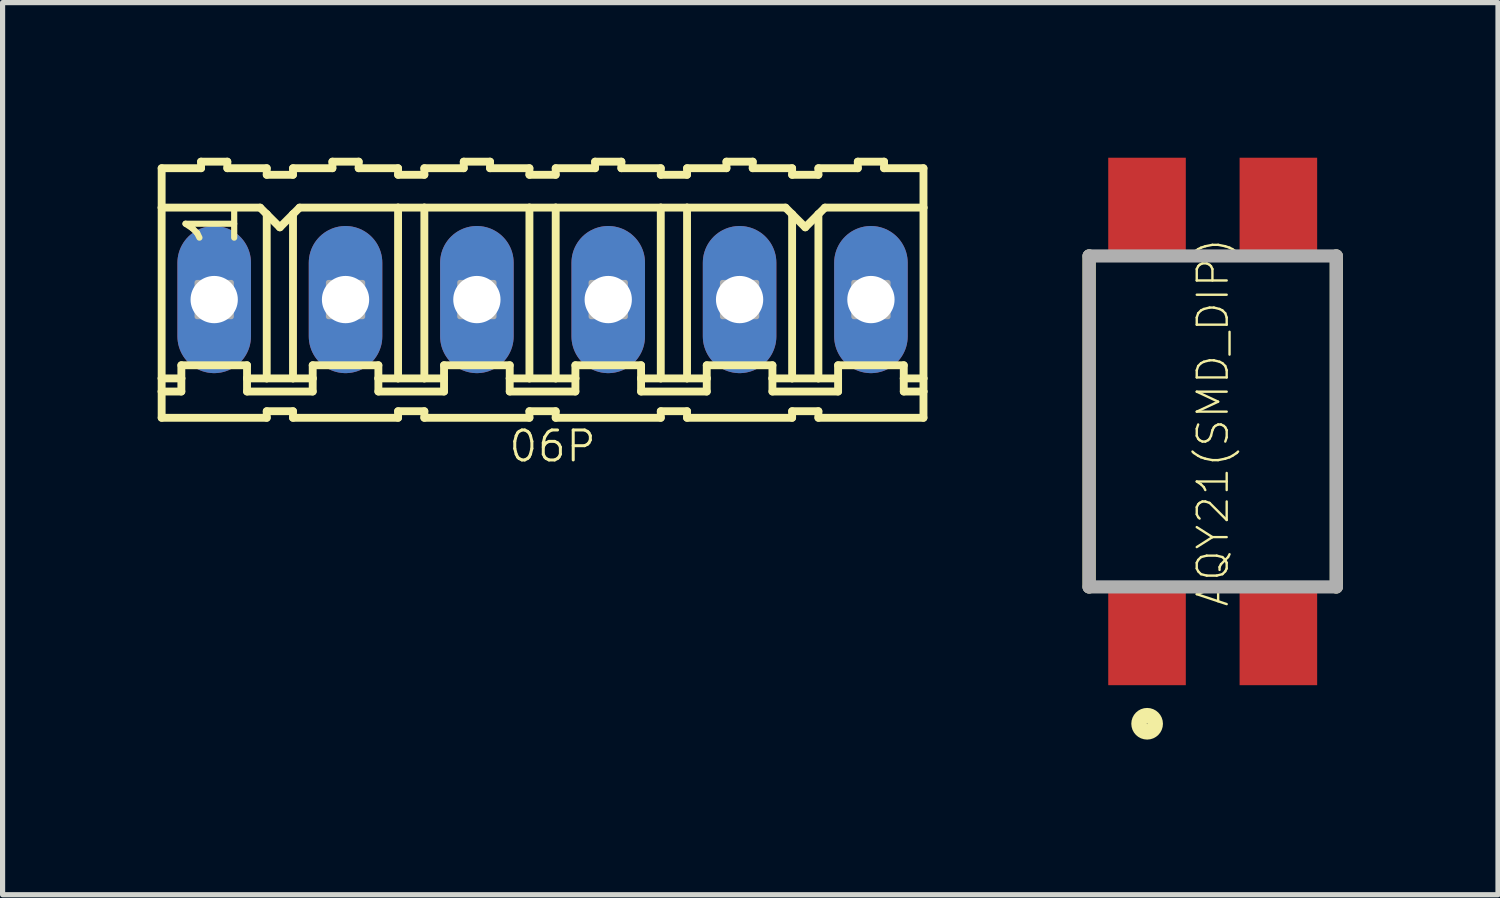
<source format=kicad_pcb>
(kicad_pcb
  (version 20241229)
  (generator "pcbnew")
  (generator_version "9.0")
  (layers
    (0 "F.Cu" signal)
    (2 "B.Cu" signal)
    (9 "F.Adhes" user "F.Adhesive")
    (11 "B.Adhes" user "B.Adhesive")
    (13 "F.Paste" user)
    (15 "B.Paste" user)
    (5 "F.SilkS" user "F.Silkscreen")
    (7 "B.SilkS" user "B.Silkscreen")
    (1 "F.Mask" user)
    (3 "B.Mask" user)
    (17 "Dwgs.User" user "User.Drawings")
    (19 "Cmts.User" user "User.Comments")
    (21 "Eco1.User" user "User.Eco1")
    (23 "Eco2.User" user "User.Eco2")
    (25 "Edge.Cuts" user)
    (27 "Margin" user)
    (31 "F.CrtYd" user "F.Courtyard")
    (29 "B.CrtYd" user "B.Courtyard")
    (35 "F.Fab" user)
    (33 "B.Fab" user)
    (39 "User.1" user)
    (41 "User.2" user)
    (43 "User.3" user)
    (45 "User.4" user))
  (footprint "06P"
    (layer "F.Cu")
    (at 7.442 2.743)
    (property "Reference" "06P" (at -0.686 3.175 180) (layer "F.SilkS") (effects (font (size 0.579 0.579) (thickness 0.058)) (justify left bottom)))
    (attr through_hole)
    (fp_line (start -7.366 -2.54) (end -7.366 -1.778) (stroke (width 0.152) (type solid)) (layer "F.SilkS"))
    (fp_line (start -7.366 -2.54) (end -6.604 -2.54) (stroke (width 0.152) (type solid)) (layer "F.SilkS"))
    (fp_line (start -7.366 -1.778) (end -7.366 1.524) (stroke (width 0.152) (type solid)) (layer "F.SilkS"))
    (fp_line (start -7.366 1.524) (end -7.366 1.778) (stroke (width 0.152) (type solid)) (layer "F.SilkS"))
    (fp_line (start -7.366 1.778) (end -7.366 2.286) (stroke (width 0.152) (type solid)) (layer "F.SilkS"))
    (fp_line (start -7.366 1.778) (end -6.985 1.778) (stroke (width 0.152) (type solid)) (layer "F.SilkS"))
    (fp_line (start -6.985 1.27) (end -5.715 1.27) (stroke (width 0.152) (type solid)) (layer "F.SilkS"))
    (fp_line (start -6.985 1.524) (end -7.366 1.524) (stroke (width 0.152) (type solid)) (layer "F.SilkS"))
    (fp_line (start -6.985 1.524) (end -6.985 1.27) (stroke (width 0.152) (type solid)) (layer "F.SilkS"))
    (fp_line (start -6.985 1.778) (end -6.985 1.524) (stroke (width 0.152) (type solid)) (layer "F.SilkS"))
    (fp_line (start -6.604 -2.54) (end -6.604 -2.667) (stroke (width 0.152) (type solid)) (layer "F.SilkS"))
    (fp_line (start -6.096 -2.667) (end -6.604 -2.667) (stroke (width 0.152) (type solid)) (layer "F.SilkS"))
    (fp_line (start -6.096 -2.54) (end -6.096 -2.667) (stroke (width 0.152) (type solid)) (layer "F.SilkS"))
    (fp_line (start -5.715 1.524) (end -5.715 1.27) (stroke (width 0.152) (type solid)) (layer "F.SilkS"))
    (fp_line (start -5.715 1.524) (end -5.334 1.524) (stroke (width 0.152) (type solid)) (layer "F.SilkS"))
    (fp_line (start -5.715 1.778) (end -5.715 1.524) (stroke (width 0.152) (type solid)) (layer "F.SilkS"))
    (fp_line (start -5.461 -1.778) (end -7.366 -1.778) (stroke (width 0.152) (type solid)) (layer "F.SilkS"))
    (fp_line (start -5.461 -1.778) (end -5.334 -1.651) (stroke (width 0.152) (type solid)) (layer "F.SilkS"))
    (fp_line (start -5.334 -2.54) (end -6.096 -2.54) (stroke (width 0.152) (type solid)) (layer "F.SilkS"))
    (fp_line (start -5.334 -2.413) (end -5.334 -2.54) (stroke (width 0.152) (type solid)) (layer "F.SilkS"))
    (fp_line (start -5.334 -2.413) (end -4.826 -2.413) (stroke (width 0.152) (type solid)) (layer "F.SilkS"))
    (fp_line (start -5.334 -1.651) (end -5.334 1.524) (stroke (width 0.152) (type solid)) (layer "F.SilkS"))
    (fp_line (start -5.334 -1.651) (end -5.08 -1.397) (stroke (width 0.152) (type solid)) (layer "F.SilkS"))
    (fp_line (start -5.334 1.524) (end -4.826 1.524) (stroke (width 0.152) (type solid)) (layer "F.SilkS"))
    (fp_line (start -5.334 2.159) (end -5.334 2.286) (stroke (width 0.152) (type solid)) (layer "F.SilkS"))
    (fp_line (start -5.334 2.286) (end -7.366 2.286) (stroke (width 0.152) (type solid)) (layer "F.SilkS"))
    (fp_line (start -5.08 -1.397) (end -4.826 -1.651) (stroke (width 0.152) (type solid)) (layer "F.SilkS"))
    (fp_line (start -4.826 -2.54) (end -4.064 -2.54) (stroke (width 0.152) (type solid)) (layer "F.SilkS"))
    (fp_line (start -4.826 -2.413) (end -4.826 -2.54) (stroke (width 0.152) (type solid)) (layer "F.SilkS"))
    (fp_line (start -4.826 -1.651) (end -4.826 1.524) (stroke (width 0.152) (type solid)) (layer "F.SilkS"))
    (fp_line (start -4.826 -1.651) (end -4.699 -1.778) (stroke (width 0.152) (type solid)) (layer "F.SilkS"))
    (fp_line (start -4.826 1.524) (end -4.445 1.524) (stroke (width 0.152) (type solid)) (layer "F.SilkS"))
    (fp_line (start -4.826 2.159) (end -5.334 2.159) (stroke (width 0.152) (type solid)) (layer "F.SilkS"))
    (fp_line (start -4.826 2.159) (end -4.826 2.286) (stroke (width 0.152) (type solid)) (layer "F.SilkS"))
    (fp_line (start -4.826 2.286) (end -2.794 2.286) (stroke (width 0.152) (type solid)) (layer "F.SilkS"))
    (fp_line (start -4.699 -1.778) (end -2.794 -1.778) (stroke (width 0.152) (type solid)) (layer "F.SilkS"))
    (fp_line (start -4.445 1.27) (end -3.175 1.27) (stroke (width 0.152) (type solid)) (layer "F.SilkS"))
    (fp_line (start -4.445 1.524) (end -4.445 1.27) (stroke (width 0.152) (type solid)) (layer "F.SilkS"))
    (fp_line (start -4.445 1.778) (end -5.715 1.778) (stroke (width 0.152) (type solid)) (layer "F.SilkS"))
    (fp_line (start -4.445 1.778) (end -4.445 1.524) (stroke (width 0.152) (type solid)) (layer "F.SilkS"))
    (fp_line (start -4.064 -2.54) (end -4.064 -2.667) (stroke (width 0.152) (type solid)) (layer "F.SilkS"))
    (fp_line (start -3.556 -2.667) (end -4.064 -2.667) (stroke (width 0.152) (type solid)) (layer "F.SilkS"))
    (fp_line (start -3.556 -2.54) (end -3.556 -2.667) (stroke (width 0.152) (type solid)) (layer "F.SilkS"))
    (fp_line (start -3.556 -2.54) (end -2.794 -2.54) (stroke (width 0.152) (type solid)) (layer "F.SilkS"))
    (fp_line (start -3.175 1.524) (end -3.175 1.27) (stroke (width 0.152) (type solid)) (layer "F.SilkS"))
    (fp_line (start -3.175 1.524) (end -2.794 1.524) (stroke (width 0.152) (type solid)) (layer "F.SilkS"))
    (fp_line (start -3.175 1.778) (end -3.175 1.524) (stroke (width 0.152) (type solid)) (layer "F.SilkS"))
    (fp_line (start -3.175 1.778) (end -1.905 1.778) (stroke (width 0.152) (type solid)) (layer "F.SilkS"))
    (fp_line (start -2.794 -2.413) (end -2.794 -2.54) (stroke (width 0.152) (type solid)) (layer "F.SilkS"))
    (fp_line (start -2.794 -1.778) (end -2.794 1.524) (stroke (width 0.152) (type solid)) (layer "F.SilkS"))
    (fp_line (start -2.794 -1.778) (end -2.286 -1.778) (stroke (width 0.152) (type solid)) (layer "F.SilkS"))
    (fp_line (start -2.794 1.524) (end -2.286 1.524) (stroke (width 0.152) (type solid)) (layer "F.SilkS"))
    (fp_line (start -2.794 2.159) (end -2.794 2.286) (stroke (width 0.152) (type solid)) (layer "F.SilkS"))
    (fp_line (start -2.286 -2.54) (end -1.524 -2.54) (stroke (width 0.152) (type solid)) (layer "F.SilkS"))
    (fp_line (start -2.286 -2.413) (end -2.794 -2.413) (stroke (width 0.152) (type solid)) (layer "F.SilkS"))
    (fp_line (start -2.286 -2.413) (end -2.286 -2.54) (stroke (width 0.152) (type solid)) (layer "F.SilkS"))
    (fp_line (start -2.286 -1.778) (end -2.286 1.524) (stroke (width 0.152) (type solid)) (layer "F.SilkS"))
    (fp_line (start -2.286 -1.778) (end -0.254 -1.778) (stroke (width 0.152) (type solid)) (layer "F.SilkS"))
    (fp_line (start -2.286 1.524) (end -1.905 1.524) (stroke (width 0.152) (type solid)) (layer "F.SilkS"))
    (fp_line (start -2.286 2.159) (end -2.794 2.159) (stroke (width 0.152) (type solid)) (layer "F.SilkS"))
    (fp_line (start -2.286 2.159) (end -2.286 2.286) (stroke (width 0.152) (type solid)) (layer "F.SilkS"))
    (fp_line (start -1.905 1.27) (end -0.635 1.27) (stroke (width 0.152) (type solid)) (layer "F.SilkS"))
    (fp_line (start -1.905 1.524) (end -1.905 1.27) (stroke (width 0.152) (type solid)) (layer "F.SilkS"))
    (fp_line (start -1.905 1.778) (end -1.905 1.524) (stroke (width 0.152) (type solid)) (layer "F.SilkS"))
    (fp_line (start -1.524 -2.54) (end -1.524 -2.667) (stroke (width 0.152) (type solid)) (layer "F.SilkS"))
    (fp_line (start -1.016 -2.667) (end -1.524 -2.667) (stroke (width 0.152) (type solid)) (layer "F.SilkS"))
    (fp_line (start -1.016 -2.54) (end -1.016 -2.667) (stroke (width 0.152) (type solid)) (layer "F.SilkS"))
    (fp_line (start -1.016 -2.54) (end -0.254 -2.54) (stroke (width 0.152) (type solid)) (layer "F.SilkS"))
    (fp_line (start -0.635 1.524) (end -0.635 1.27) (stroke (width 0.152) (type solid)) (layer "F.SilkS"))
    (fp_line (start -0.635 1.524) (end -0.254 1.524) (stroke (width 0.152) (type solid)) (layer "F.SilkS"))
    (fp_line (start -0.635 1.778) (end -0.635 1.524) (stroke (width 0.152) (type solid)) (layer "F.SilkS"))
    (fp_line (start -0.254 -2.54) (end -0.254 -2.413) (stroke (width 0.152) (type solid)) (layer "F.SilkS"))
    (fp_line (start -0.254 -1.778) (end -0.254 1.524) (stroke (width 0.152) (type solid)) (layer "F.SilkS"))
    (fp_line (start -0.254 2.159) (end -0.254 2.286) (stroke (width 0.152) (type solid)) (layer "F.SilkS"))
    (fp_line (start -0.254 2.286) (end -2.286 2.286) (stroke (width 0.152) (type solid)) (layer "F.SilkS"))
    (fp_line (start 0.254 -2.54) (end 0.254 -2.413) (stroke (width 0.152) (type solid)) (layer "F.SilkS"))
    (fp_line (start 0.254 -2.54) (end 1.016 -2.54) (stroke (width 0.152) (type solid)) (layer "F.SilkS"))
    (fp_line (start 0.254 -2.413) (end -0.254 -2.413) (stroke (width 0.152) (type solid)) (layer "F.SilkS"))
    (fp_line (start 0.254 -1.778) (end -0.254 -1.778) (stroke (width 0.152) (type solid)) (layer "F.SilkS"))
    (fp_line (start 0.254 -1.778) (end 0.254 1.524) (stroke (width 0.152) (type solid)) (layer "F.SilkS"))
    (fp_line (start 0.254 -1.778) (end 2.286 -1.778) (stroke (width 0.152) (type solid)) (layer "F.SilkS"))
    (fp_line (start 0.254 1.524) (end -0.254 1.524) (stroke (width 0.152) (type solid)) (layer "F.SilkS"))
    (fp_line (start 0.254 2.159) (end -0.254 2.159) (stroke (width 0.152) (type solid)) (layer "F.SilkS"))
    (fp_line (start 0.254 2.159) (end 0.254 2.286) (stroke (width 0.152) (type solid)) (layer "F.SilkS"))
    (fp_line (start 0.635 1.27) (end 1.905 1.27) (stroke (width 0.152) (type solid)) (layer "F.SilkS"))
    (fp_line (start 0.635 1.524) (end 0.254 1.524) (stroke (width 0.152) (type solid)) (layer "F.SilkS"))
    (fp_line (start 0.635 1.524) (end 0.635 1.27) (stroke (width 0.152) (type solid)) (layer "F.SilkS"))
    (fp_line (start 0.635 1.778) (end -0.635 1.778) (stroke (width 0.152) (type solid)) (layer "F.SilkS"))
    (fp_line (start 0.635 1.778) (end 0.635 1.524) (stroke (width 0.152) (type solid)) (layer "F.SilkS"))
    (fp_line (start 1.016 -2.54) (end 1.016 -2.667) (stroke (width 0.152) (type solid)) (layer "F.SilkS"))
    (fp_line (start 1.524 -2.667) (end 1.016 -2.667) (stroke (width 0.152) (type solid)) (layer "F.SilkS"))
    (fp_line (start 1.524 -2.54) (end 1.524 -2.667) (stroke (width 0.152) (type solid)) (layer "F.SilkS"))
    (fp_line (start 1.905 1.524) (end 1.905 1.27) (stroke (width 0.152) (type solid)) (layer "F.SilkS"))
    (fp_line (start 1.905 1.524) (end 2.286 1.524) (stroke (width 0.152) (type solid)) (layer "F.SilkS"))
    (fp_line (start 1.905 1.778) (end 1.905 1.524) (stroke (width 0.152) (type solid)) (layer "F.SilkS"))
    (fp_line (start 2.286 -2.54) (end 1.524 -2.54) (stroke (width 0.152) (type solid)) (layer "F.SilkS"))
    (fp_line (start 2.286 -2.413) (end 2.286 -2.54) (stroke (width 0.152) (type solid)) (layer "F.SilkS"))
    (fp_line (start 2.286 -2.413) (end 2.794 -2.413) (stroke (width 0.152) (type solid)) (layer "F.SilkS"))
    (fp_line (start 2.286 -1.778) (end 2.286 1.524) (stroke (width 0.152) (type solid)) (layer "F.SilkS"))
    (fp_line (start 2.286 -1.778) (end 2.794 -1.778) (stroke (width 0.152) (type solid)) (layer "F.SilkS"))
    (fp_line (start 2.286 1.524) (end 2.794 1.524) (stroke (width 0.152) (type solid)) (layer "F.SilkS"))
    (fp_line (start 2.286 2.159) (end 2.286 2.286) (stroke (width 0.152) (type solid)) (layer "F.SilkS"))
    (fp_line (start 2.286 2.286) (end 0.254 2.286) (stroke (width 0.152) (type solid)) (layer "F.SilkS"))
    (fp_line (start 2.794 -2.54) (end 3.556 -2.54) (stroke (width 0.152) (type solid)) (layer "F.SilkS"))
    (fp_line (start 2.794 -2.413) (end 2.794 -2.54) (stroke (width 0.152) (type solid)) (layer "F.SilkS"))
    (fp_line (start 2.794 -1.778) (end 2.794 1.524) (stroke (width 0.152) (type solid)) (layer "F.SilkS"))
    (fp_line (start 2.794 -1.778) (end 4.699 -1.778) (stroke (width 0.152) (type solid)) (layer "F.SilkS"))
    (fp_line (start 2.794 1.524) (end 3.175 1.524) (stroke (width 0.152) (type solid)) (layer "F.SilkS"))
    (fp_line (start 2.794 2.159) (end 2.286 2.159) (stroke (width 0.152) (type solid)) (layer "F.SilkS"))
    (fp_line (start 2.794 2.159) (end 2.794 2.286) (stroke (width 0.152) (type solid)) (layer "F.SilkS"))
    (fp_line (start 2.794 2.286) (end 4.826 2.286) (stroke (width 0.152) (type solid)) (layer "F.SilkS"))
    (fp_line (start 3.175 1.27) (end 4.445 1.27) (stroke (width 0.152) (type solid)) (layer "F.SilkS"))
    (fp_line (start 3.175 1.524) (end 3.175 1.27) (stroke (width 0.152) (type solid)) (layer "F.SilkS"))
    (fp_line (start 3.175 1.778) (end 1.905 1.778) (stroke (width 0.152) (type solid)) (layer "F.SilkS"))
    (fp_line (start 3.175 1.778) (end 3.175 1.524) (stroke (width 0.152) (type solid)) (layer "F.SilkS"))
    (fp_line (start 3.556 -2.54) (end 3.556 -2.667) (stroke (width 0.152) (type solid)) (layer "F.SilkS"))
    (fp_line (start 4.064 -2.667) (end 3.556 -2.667) (stroke (width 0.152) (type solid)) (layer "F.SilkS"))
    (fp_line (start 4.064 -2.54) (end 4.064 -2.667) (stroke (width 0.152) (type solid)) (layer "F.SilkS"))
    (fp_line (start 4.064 -2.54) (end 4.826 -2.54) (stroke (width 0.152) (type solid)) (layer "F.SilkS"))
    (fp_line (start 4.445 1.524) (end 4.445 1.27) (stroke (width 0.152) (type solid)) (layer "F.SilkS"))
    (fp_line (start 4.445 1.524) (end 4.826 1.524) (stroke (width 0.152) (type solid)) (layer "F.SilkS"))
    (fp_line (start 4.445 1.778) (end 4.445 1.524) (stroke (width 0.152) (type solid)) (layer "F.SilkS"))
    (fp_line (start 4.445 1.778) (end 5.715 1.778) (stroke (width 0.152) (type solid)) (layer "F.SilkS"))
    (fp_line (start 4.699 -1.778) (end 4.826 -1.651) (stroke (width 0.152) (type solid)) (layer "F.SilkS"))
    (fp_line (start 4.826 -2.413) (end 4.826 -2.54) (stroke (width 0.152) (type solid)) (layer "F.SilkS"))
    (fp_line (start 4.826 -1.651) (end 4.826 1.524) (stroke (width 0.152) (type solid)) (layer "F.SilkS"))
    (fp_line (start 4.826 -1.651) (end 5.08 -1.397) (stroke (width 0.152) (type solid)) (layer "F.SilkS"))
    (fp_line (start 4.826 1.524) (end 5.334 1.524) (stroke (width 0.152) (type solid)) (layer "F.SilkS"))
    (fp_line (start 4.826 2.159) (end 4.826 2.286) (stroke (width 0.152) (type solid)) (layer "F.SilkS"))
    (fp_line (start 5.08 -1.397) (end 5.334 -1.651) (stroke (width 0.152) (type solid)) (layer "F.SilkS"))
    (fp_line (start 5.334 -2.54) (end 6.096 -2.54) (stroke (width 0.152) (type solid)) (layer "F.SilkS"))
    (fp_line (start 5.334 -2.413) (end 4.826 -2.413) (stroke (width 0.152) (type solid)) (layer "F.SilkS"))
    (fp_line (start 5.334 -2.413) (end 5.334 -2.54) (stroke (width 0.152) (type solid)) (layer "F.SilkS"))
    (fp_line (start 5.334 -1.651) (end 5.334 1.524) (stroke (width 0.152) (type solid)) (layer "F.SilkS"))
    (fp_line (start 5.334 -1.651) (end 5.461 -1.778) (stroke (width 0.152) (type solid)) (layer "F.SilkS"))
    (fp_line (start 5.334 1.524) (end 5.715 1.524) (stroke (width 0.152) (type solid)) (layer "F.SilkS"))
    (fp_line (start 5.334 2.159) (end 4.826 2.159) (stroke (width 0.152) (type solid)) (layer "F.SilkS"))
    (fp_line (start 5.334 2.159) (end 5.334 2.286) (stroke (width 0.152) (type solid)) (layer "F.SilkS"))
    (fp_line (start 5.461 -1.778) (end 7.366 -1.778) (stroke (width 0.152) (type solid)) (layer "F.SilkS"))
    (fp_line (start 5.715 1.27) (end 6.985 1.27) (stroke (width 0.152) (type solid)) (layer "F.SilkS"))
    (fp_line (start 5.715 1.524) (end 5.715 1.27) (stroke (width 0.152) (type solid)) (layer "F.SilkS"))
    (fp_line (start 5.715 1.778) (end 5.715 1.524) (stroke (width 0.152) (type solid)) (layer "F.SilkS"))
    (fp_line (start 6.096 -2.54) (end 6.096 -2.667) (stroke (width 0.152) (type solid)) (layer "F.SilkS"))
    (fp_line (start 6.604 -2.667) (end 6.096 -2.667) (stroke (width 0.152) (type solid)) (layer "F.SilkS"))
    (fp_line (start 6.604 -2.54) (end 6.604 -2.667) (stroke (width 0.152) (type solid)) (layer "F.SilkS"))
    (fp_line (start 6.604 -2.54) (end 7.366 -2.54) (stroke (width 0.152) (type solid)) (layer "F.SilkS"))
    (fp_line (start 6.985 1.524) (end 6.985 1.27) (stroke (width 0.152) (type solid)) (layer "F.SilkS"))
    (fp_line (start 6.985 1.524) (end 7.366 1.524) (stroke (width 0.152) (type solid)) (layer "F.SilkS"))
    (fp_line (start 6.985 1.778) (end 6.985 1.524) (stroke (width 0.152) (type solid)) (layer "F.SilkS"))
    (fp_line (start 7.366 -1.778) (end 7.366 -2.54) (stroke (width 0.152) (type solid)) (layer "F.SilkS"))
    (fp_line (start 7.366 -1.778) (end 7.366 1.524) (stroke (width 0.152) (type solid)) (layer "F.SilkS"))
    (fp_line (start 7.366 1.524) (end 7.366 1.778) (stroke (width 0.152) (type solid)) (layer "F.SilkS"))
    (fp_line (start 7.366 1.778) (end 6.985 1.778) (stroke (width 0.152) (type solid)) (layer "F.SilkS"))
    (fp_line (start 7.366 1.778) (end 7.366 2.286) (stroke (width 0.152) (type solid)) (layer "F.SilkS"))
    (fp_line (start 7.366 2.286) (end 5.334 2.286) (stroke (width 0.152) (type solid)) (layer "F.SilkS"))
    (fp_poly (pts (xy -6.68 0.33) (xy -6.02 0.33) (xy -6.02 -0.33) (xy -6.68 -0.33)) (stroke (width 0.1) (type solid)) (fill no) (layer "F.Fab"))
    (fp_poly (pts (xy -4.14 0.33) (xy -3.48 0.33) (xy -3.48 -0.33) (xy -4.14 -0.33)) (stroke (width 0.1) (type solid)) (fill no) (layer "F.Fab"))
    (fp_poly (pts (xy -1.6 0.33) (xy -0.94 0.33) (xy -0.94 -0.33) (xy -1.6 -0.33)) (stroke (width 0.1) (type solid)) (fill no) (layer "F.Fab"))
    (fp_poly (pts (xy 0.94 0.33) (xy 1.6 0.33) (xy 1.6 -0.33) (xy 0.94 -0.33)) (stroke (width 0.1) (type solid)) (fill no) (layer "F.Fab"))
    (fp_poly (pts (xy 3.48 0.33) (xy 4.14 0.33) (xy 4.14 -0.33) (xy 3.48 -0.33)) (stroke (width 0.1) (type solid)) (fill no) (layer "F.Fab"))
    (fp_poly (pts (xy 6.02 0.33) (xy 6.68 0.33) (xy 6.68 -0.33) (xy 6.02 -0.33)) (stroke (width 0.1) (type solid)) (fill no) (layer "F.Fab"))
    (fp_text user "1" (at -5.842 -0.94 90) (layer "F.SilkS") (effects (font (size 0.941 0.941) (thickness 0.119)) (justify left bottom)))
    (pad "1" thru_hole oval (at -6.35 0 90) (size 2.845 1.422) (drill 0.914) (layers "*.Cu" "*.Mask"))
    (pad "2" thru_hole oval (at -3.81 0 90) (size 2.845 1.422) (drill 0.914) (layers "*.Cu" "*.Mask"))
    (pad "3" thru_hole oval (at -1.27 0 90) (size 2.845 1.422) (drill 0.914) (layers "*.Cu" "*.Mask"))
    (pad "4" thru_hole oval (at 1.27 0 90) (size 2.845 1.422) (drill 0.914) (layers "*.Cu" "*.Mask"))
    (pad "5" thru_hole oval (at 3.81 0 90) (size 2.845 1.422) (drill 0.914) (layers "*.Cu" "*.Mask"))
    (pad "6" thru_hole oval (at 6.35 0 90) (size 2.845 1.422) (drill 0.914) (layers "*.Cu" "*.Mask")))
  (footprint "AQY21(SMD_DIP)"
    (layer "F.Cu")
    (at 20.401 5.1)
    (property "Reference" "AQY21(SMD_DIP)" (at 0.005 0.017 90) (layer "F.SilkS") (effects (font (size 0.579 0.579) (thickness 0.046))))
    (attr through_hole)
    (fp_line (start -2.39 -3.2) (end -2.39 3.2) (stroke (width 0.254) (type solid)) (layer "F.SilkS"))
    (fp_line (start 2.39 3.2) (end 2.39 -3.2) (stroke (width 0.254) (type solid)) (layer "F.SilkS"))
    (fp_circle (center -1.268 5.846) (end -1.112 5.846) (stroke (width 0.3) (type solid)) (fill no) (layer "F.SilkS"))
    (fp_line (start -2.39 -3.2) (end 2.39 -3.2) (stroke (width 0.254) (type solid)) (layer "F.Fab"))
    (fp_line (start -2.39 3.2) (end -2.39 -3.2) (stroke (width 0.254) (type solid)) (layer "F.Fab"))
    (fp_line (start 2.39 -3.2) (end 2.39 3.2) (stroke (width 0.254) (type solid)) (layer "F.Fab"))
    (fp_line (start 2.39 3.2) (end -2.39 3.2) (stroke (width 0.254) (type solid)) (layer "F.Fab"))
    (pad "1" smd rect (at -1.27 4.15 90) (size 1.9 1.5) (layers "F.Cu" "F.Mask" "F.Paste"))
    (pad "2" smd rect (at 1.27 4.15 90) (size 1.9 1.5) (layers "F.Cu" "F.Mask" "F.Paste"))
    (pad "3" smd rect (at 1.27 -4.15 90) (size 1.9 1.5) (layers "F.Cu" "F.Mask" "F.Paste"))
    (pad "4" smd rect (at -1.27 -4.15 90) (size 1.9 1.5) (layers "F.Cu" "F.Mask" "F.Paste")))
  (gr_rect
    (start -3 -3)
    (end 25.918 14.252)
    (stroke (width 0.1) (type default))
    (fill no)
    (layer "Edge.Cuts")))
</source>
